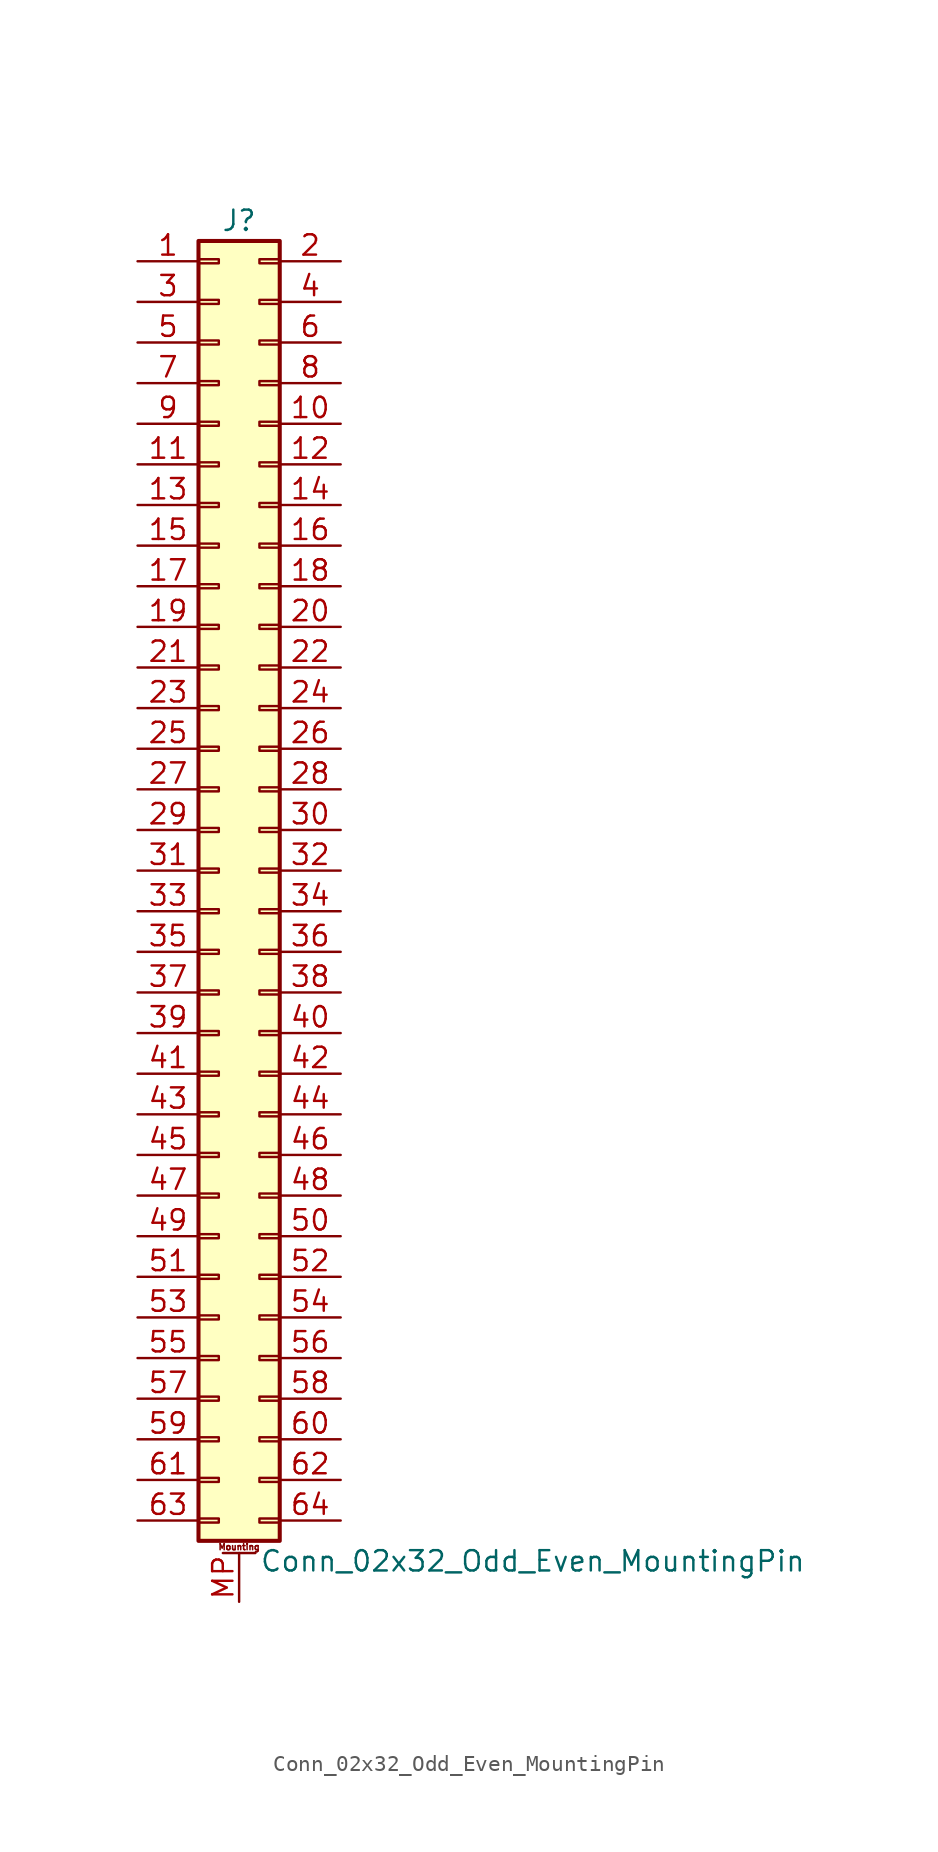
<source format=kicad_sym>
(kicad_symbol_lib
  (version 20201005)
  (generator kicad_symbol_editor)
  (symbol "Connector_Generic_MountingPin:Conn_02x32_Odd_Even_MountingPin"
    (pin_names
      (offset 1.016) hide)
    (property "Reference" "J"
      (at 1.27 40.64 0)
      (effects (font (size 1.27 1.27))))
    (property "Value" "Conn_02x32_Odd_Even_MountingPin"
      (at 2.54 -43.18 0)
      (effects (font (size 1.27 1.27)) (justify left)))
    (symbol "Conn_02x32_Odd_Even_MountingPin_1_1"
      (text "Mounting" (at 1.27 -42.291 0) (effects (font (size 0.381 0.381))))
      (rectangle (start -1.27 -27.813) (end 0 -28.067) (stroke (width 0.152)) (fill (type none)))
      (rectangle (start -1.27 -30.353) (end 0 -30.607) (stroke (width 0.152)) (fill (type none)))
      (rectangle (start -1.27 -32.893) (end 0 -33.147) (stroke (width 0.152)) (fill (type none)))
      (rectangle (start -1.27 -35.433) (end 0 -35.687) (stroke (width 0.152)) (fill (type none)))
      (rectangle (start -1.27 -37.973) (end 0 -38.227) (stroke (width 0.152)) (fill (type none)))
      (rectangle (start -1.27 -40.513) (end 0 -40.767) (stroke (width 0.152)) (fill (type none)))
      (rectangle (start -1.27 -4.953) (end 0 -5.207) (stroke (width 0.152)) (fill (type none)))
      (rectangle (start -1.27 -7.493) (end 0 -7.747) (stroke (width 0.152)) (fill (type none)))
      (rectangle (start -1.27 -10.033) (end 0 -10.287) (stroke (width 0.152)) (fill (type none)))
      (rectangle (start -1.27 -12.573) (end 0 -12.827) (stroke (width 0.152)) (fill (type none)))
      (rectangle (start -1.27 -15.113) (end 0 -15.367) (stroke (width 0.152)) (fill (type none)))
      (rectangle (start -1.27 -17.653) (end 0 -17.907) (stroke (width 0.152)) (fill (type none)))
      (rectangle (start -1.27 -20.193) (end 0 -20.447) (stroke (width 0.152)) (fill (type none)))
      (rectangle (start -1.27 -22.733) (end 0 -22.987) (stroke (width 0.152)) (fill (type none)))
      (rectangle (start -1.27 -2.413) (end 0 -2.667) (stroke (width 0.152)) (fill (type none)))
      (rectangle (start -1.27 -25.273) (end 0 -25.527) (stroke (width 0.152)) (fill (type none)))
      (rectangle (start -1.27 25.527) (end 0 25.273) (stroke (width 0.152)) (fill (type none)))
      (rectangle (start -1.27 2.667) (end 0 2.413) (stroke (width 0.152)) (fill (type none)))
      (rectangle (start -1.27 28.067) (end 0 27.813) (stroke (width 0.152)) (fill (type none)))
      (rectangle (start -1.27 30.607) (end 0 30.353) (stroke (width 0.152)) (fill (type none)))
      (rectangle (start -1.27 33.147) (end 0 32.893) (stroke (width 0.152)) (fill (type none)))
      (rectangle (start -1.27 35.687) (end 0 35.433) (stroke (width 0.152)) (fill (type none)))
      (rectangle (start -1.27 38.227) (end 0 37.973) (stroke (width 0.152)) (fill (type none)))
      (rectangle (start -1.27 39.37) (end 3.81 -41.91) (stroke (width 0.254)) (fill (type background)))
      (rectangle (start -1.27 5.207) (end 0 4.953) (stroke (width 0.152)) (fill (type none)))
      (rectangle (start -1.27 7.747) (end 0 7.493) (stroke (width 0.152)) (fill (type none)))
      (rectangle (start -1.27 10.287) (end 0 10.033) (stroke (width 0.152)) (fill (type none)))
      (rectangle (start -1.27 0.127) (end 0 -0.127) (stroke (width 0.152)) (fill (type none)))
      (rectangle (start -1.27 12.827) (end 0 12.573) (stroke (width 0.152)) (fill (type none)))
      (rectangle (start -1.27 15.367) (end 0 15.113) (stroke (width 0.152)) (fill (type none)))
      (rectangle (start -1.27 17.907) (end 0 17.653) (stroke (width 0.152)) (fill (type none)))
      (rectangle (start -1.27 20.447) (end 0 20.193) (stroke (width 0.152)) (fill (type none)))
      (rectangle (start -1.27 22.987) (end 0 22.733) (stroke (width 0.152)) (fill (type none)))
      (rectangle (start 3.81 -27.813) (end 2.54 -28.067) (stroke (width 0.152)) (fill (type none)))
      (rectangle (start 3.81 -30.353) (end 2.54 -30.607) (stroke (width 0.152)) (fill (type none)))
      (rectangle (start 3.81 -32.893) (end 2.54 -33.147) (stroke (width 0.152)) (fill (type none)))
      (rectangle (start 3.81 -35.433) (end 2.54 -35.687) (stroke (width 0.152)) (fill (type none)))
      (rectangle (start 3.81 -37.973) (end 2.54 -38.227) (stroke (width 0.152)) (fill (type none)))
      (rectangle (start 3.81 -40.513) (end 2.54 -40.767) (stroke (width 0.152)) (fill (type none)))
      (rectangle (start 3.81 -4.953) (end 2.54 -5.207) (stroke (width 0.152)) (fill (type none)))
      (rectangle (start 3.81 -7.493) (end 2.54 -7.747) (stroke (width 0.152)) (fill (type none)))
      (rectangle (start 3.81 -10.033) (end 2.54 -10.287) (stroke (width 0.152)) (fill (type none)))
      (rectangle (start 3.81 -12.573) (end 2.54 -12.827) (stroke (width 0.152)) (fill (type none)))
      (rectangle (start 3.81 -15.113) (end 2.54 -15.367) (stroke (width 0.152)) (fill (type none)))
      (rectangle (start 3.81 -17.653) (end 2.54 -17.907) (stroke (width 0.152)) (fill (type none)))
      (rectangle (start 3.81 -20.193) (end 2.54 -20.447) (stroke (width 0.152)) (fill (type none)))
      (rectangle (start 3.81 -22.733) (end 2.54 -22.987) (stroke (width 0.152)) (fill (type none)))
      (rectangle (start 3.81 -2.413) (end 2.54 -2.667) (stroke (width 0.152)) (fill (type none)))
      (rectangle (start 3.81 -25.273) (end 2.54 -25.527) (stroke (width 0.152)) (fill (type none)))
      (rectangle (start 3.81 25.527) (end 2.54 25.273) (stroke (width 0.152)) (fill (type none)))
      (rectangle (start 3.81 2.667) (end 2.54 2.413) (stroke (width 0.152)) (fill (type none)))
      (rectangle (start 3.81 28.067) (end 2.54 27.813) (stroke (width 0.152)) (fill (type none)))
      (rectangle (start 3.81 30.607) (end 2.54 30.353) (stroke (width 0.152)) (fill (type none)))
      (rectangle (start 3.81 33.147) (end 2.54 32.893) (stroke (width 0.152)) (fill (type none)))
      (rectangle (start 3.81 35.687) (end 2.54 35.433) (stroke (width 0.152)) (fill (type none)))
      (rectangle (start 3.81 38.227) (end 2.54 37.973) (stroke (width 0.152)) (fill (type none)))
      (rectangle (start 3.81 5.207) (end 2.54 4.953) (stroke (width 0.152)) (fill (type none)))
      (rectangle (start 3.81 7.747) (end 2.54 7.493) (stroke (width 0.152)) (fill (type none)))
      (rectangle (start 3.81 10.287) (end 2.54 10.033) (stroke (width 0.152)) (fill (type none)))
      (rectangle (start 3.81 0.127) (end 2.54 -0.127) (stroke (width 0.152)) (fill (type none)))
      (rectangle (start 3.81 12.827) (end 2.54 12.573) (stroke (width 0.152)) (fill (type none)))
      (rectangle (start 3.81 15.367) (end 2.54 15.113) (stroke (width 0.152)) (fill (type none)))
      (rectangle (start 3.81 17.907) (end 2.54 17.653) (stroke (width 0.152)) (fill (type none)))
      (rectangle (start 3.81 20.447) (end 2.54 20.193) (stroke (width 0.152)) (fill (type none)))
      (rectangle (start 3.81 22.987) (end 2.54 22.733) (stroke (width 0.152)) (fill (type none)))
      (polyline (pts (xy 0.254 -42.672) (xy 2.286 -42.672)) (stroke (width 0.152)) (fill (type none)))
      (pin passive line (at 1.27 -45.72 90) (length 3.048) (name "MountPin" (effects (font (size 1.27 1.27)))) (number "MP" (effects (font (size 1.27 1.27)))))
      (pin passive line (at -5.08 38.1 0) (length 3.81) (name "Pin_1" (effects (font (size 1.27 1.27)))) (number "1" (effects (font (size 1.27 1.27)))))
      (pin passive line (at 7.62 27.94 180) (length 3.81) (name "Pin_10" (effects (font (size 1.27 1.27)))) (number "10" (effects (font (size 1.27 1.27)))))
      (pin passive line (at -5.08 25.4 0) (length 3.81) (name "Pin_11" (effects (font (size 1.27 1.27)))) (number "11" (effects (font (size 1.27 1.27)))))
      (pin passive line (at 7.62 25.4 180) (length 3.81) (name "Pin_12" (effects (font (size 1.27 1.27)))) (number "12" (effects (font (size 1.27 1.27)))))
      (pin passive line (at -5.08 22.86 0) (length 3.81) (name "Pin_13" (effects (font (size 1.27 1.27)))) (number "13" (effects (font (size 1.27 1.27)))))
      (pin passive line (at 7.62 22.86 180) (length 3.81) (name "Pin_14" (effects (font (size 1.27 1.27)))) (number "14" (effects (font (size 1.27 1.27)))))
      (pin passive line (at -5.08 20.32 0) (length 3.81) (name "Pin_15" (effects (font (size 1.27 1.27)))) (number "15" (effects (font (size 1.27 1.27)))))
      (pin passive line (at 7.62 20.32 180) (length 3.81) (name "Pin_16" (effects (font (size 1.27 1.27)))) (number "16" (effects (font (size 1.27 1.27)))))
      (pin passive line (at -5.08 17.78 0) (length 3.81) (name "Pin_17" (effects (font (size 1.27 1.27)))) (number "17" (effects (font (size 1.27 1.27)))))
      (pin passive line (at 7.62 17.78 180) (length 3.81) (name "Pin_18" (effects (font (size 1.27 1.27)))) (number "18" (effects (font (size 1.27 1.27)))))
      (pin passive line (at -5.08 15.24 0) (length 3.81) (name "Pin_19" (effects (font (size 1.27 1.27)))) (number "19" (effects (font (size 1.27 1.27)))))
      (pin passive line (at 7.62 38.1 180) (length 3.81) (name "Pin_2" (effects (font (size 1.27 1.27)))) (number "2" (effects (font (size 1.27 1.27)))))
      (pin passive line (at 7.62 15.24 180) (length 3.81) (name "Pin_20" (effects (font (size 1.27 1.27)))) (number "20" (effects (font (size 1.27 1.27)))))
      (pin passive line (at -5.08 12.7 0) (length 3.81) (name "Pin_21" (effects (font (size 1.27 1.27)))) (number "21" (effects (font (size 1.27 1.27)))))
      (pin passive line (at 7.62 12.7 180) (length 3.81) (name "Pin_22" (effects (font (size 1.27 1.27)))) (number "22" (effects (font (size 1.27 1.27)))))
      (pin passive line (at -5.08 10.16 0) (length 3.81) (name "Pin_23" (effects (font (size 1.27 1.27)))) (number "23" (effects (font (size 1.27 1.27)))))
      (pin passive line (at 7.62 10.16 180) (length 3.81) (name "Pin_24" (effects (font (size 1.27 1.27)))) (number "24" (effects (font (size 1.27 1.27)))))
      (pin passive line (at -5.08 7.62 0) (length 3.81) (name "Pin_25" (effects (font (size 1.27 1.27)))) (number "25" (effects (font (size 1.27 1.27)))))
      (pin passive line (at 7.62 7.62 180) (length 3.81) (name "Pin_26" (effects (font (size 1.27 1.27)))) (number "26" (effects (font (size 1.27 1.27)))))
      (pin passive line (at -5.08 5.08 0) (length 3.81) (name "Pin_27" (effects (font (size 1.27 1.27)))) (number "27" (effects (font (size 1.27 1.27)))))
      (pin passive line (at 7.62 5.08 180) (length 3.81) (name "Pin_28" (effects (font (size 1.27 1.27)))) (number "28" (effects (font (size 1.27 1.27)))))
      (pin passive line (at -5.08 2.54 0) (length 3.81) (name "Pin_29" (effects (font (size 1.27 1.27)))) (number "29" (effects (font (size 1.27 1.27)))))
      (pin passive line (at -5.08 35.56 0) (length 3.81) (name "Pin_3" (effects (font (size 1.27 1.27)))) (number "3" (effects (font (size 1.27 1.27)))))
      (pin passive line (at 7.62 2.54 180) (length 3.81) (name "Pin_30" (effects (font (size 1.27 1.27)))) (number "30" (effects (font (size 1.27 1.27)))))
      (pin passive line (at -5.08 0 0) (length 3.81) (name "Pin_31" (effects (font (size 1.27 1.27)))) (number "31" (effects (font (size 1.27 1.27)))))
      (pin passive line (at 7.62 0 180) (length 3.81) (name "Pin_32" (effects (font (size 1.27 1.27)))) (number "32" (effects (font (size 1.27 1.27)))))
      (pin passive line (at -5.08 -2.54 0) (length 3.81) (name "Pin_33" (effects (font (size 1.27 1.27)))) (number "33" (effects (font (size 1.27 1.27)))))
      (pin passive line (at 7.62 -2.54 180) (length 3.81) (name "Pin_34" (effects (font (size 1.27 1.27)))) (number "34" (effects (font (size 1.27 1.27)))))
      (pin passive line (at -5.08 -5.08 0) (length 3.81) (name "Pin_35" (effects (font (size 1.27 1.27)))) (number "35" (effects (font (size 1.27 1.27)))))
      (pin passive line (at 7.62 -5.08 180) (length 3.81) (name "Pin_36" (effects (font (size 1.27 1.27)))) (number "36" (effects (font (size 1.27 1.27)))))
      (pin passive line (at -5.08 -7.62 0) (length 3.81) (name "Pin_37" (effects (font (size 1.27 1.27)))) (number "37" (effects (font (size 1.27 1.27)))))
      (pin passive line (at 7.62 -7.62 180) (length 3.81) (name "Pin_38" (effects (font (size 1.27 1.27)))) (number "38" (effects (font (size 1.27 1.27)))))
      (pin passive line (at -5.08 -10.16 0) (length 3.81) (name "Pin_39" (effects (font (size 1.27 1.27)))) (number "39" (effects (font (size 1.27 1.27)))))
      (pin passive line (at 7.62 35.56 180) (length 3.81) (name "Pin_4" (effects (font (size 1.27 1.27)))) (number "4" (effects (font (size 1.27 1.27)))))
      (pin passive line (at 7.62 -10.16 180) (length 3.81) (name "Pin_40" (effects (font (size 1.27 1.27)))) (number "40" (effects (font (size 1.27 1.27)))))
      (pin passive line (at -5.08 -12.7 0) (length 3.81) (name "Pin_41" (effects (font (size 1.27 1.27)))) (number "41" (effects (font (size 1.27 1.27)))))
      (pin passive line (at 7.62 -12.7 180) (length 3.81) (name "Pin_42" (effects (font (size 1.27 1.27)))) (number "42" (effects (font (size 1.27 1.27)))))
      (pin passive line (at -5.08 -15.24 0) (length 3.81) (name "Pin_43" (effects (font (size 1.27 1.27)))) (number "43" (effects (font (size 1.27 1.27)))))
      (pin passive line (at 7.62 -15.24 180) (length 3.81) (name "Pin_44" (effects (font (size 1.27 1.27)))) (number "44" (effects (font (size 1.27 1.27)))))
      (pin passive line (at -5.08 -17.78 0) (length 3.81) (name "Pin_45" (effects (font (size 1.27 1.27)))) (number "45" (effects (font (size 1.27 1.27)))))
      (pin passive line (at 7.62 -17.78 180) (length 3.81) (name "Pin_46" (effects (font (size 1.27 1.27)))) (number "46" (effects (font (size 1.27 1.27)))))
      (pin passive line (at -5.08 -20.32 0) (length 3.81) (name "Pin_47" (effects (font (size 1.27 1.27)))) (number "47" (effects (font (size 1.27 1.27)))))
      (pin passive line (at 7.62 -20.32 180) (length 3.81) (name "Pin_48" (effects (font (size 1.27 1.27)))) (number "48" (effects (font (size 1.27 1.27)))))
      (pin passive line (at -5.08 -22.86 0) (length 3.81) (name "Pin_49" (effects (font (size 1.27 1.27)))) (number "49" (effects (font (size 1.27 1.27)))))
      (pin passive line (at -5.08 33.02 0) (length 3.81) (name "Pin_5" (effects (font (size 1.27 1.27)))) (number "5" (effects (font (size 1.27 1.27)))))
      (pin passive line (at 7.62 -22.86 180) (length 3.81) (name "Pin_50" (effects (font (size 1.27 1.27)))) (number "50" (effects (font (size 1.27 1.27)))))
      (pin passive line (at -5.08 -25.4 0) (length 3.81) (name "Pin_51" (effects (font (size 1.27 1.27)))) (number "51" (effects (font (size 1.27 1.27)))))
      (pin passive line (at 7.62 -25.4 180) (length 3.81) (name "Pin_52" (effects (font (size 1.27 1.27)))) (number "52" (effects (font (size 1.27 1.27)))))
      (pin passive line (at -5.08 -27.94 0) (length 3.81) (name "Pin_53" (effects (font (size 1.27 1.27)))) (number "53" (effects (font (size 1.27 1.27)))))
      (pin passive line (at 7.62 -27.94 180) (length 3.81) (name "Pin_54" (effects (font (size 1.27 1.27)))) (number "54" (effects (font (size 1.27 1.27)))))
      (pin passive line (at -5.08 -30.48 0) (length 3.81) (name "Pin_55" (effects (font (size 1.27 1.27)))) (number "55" (effects (font (size 1.27 1.27)))))
      (pin passive line (at 7.62 -30.48 180) (length 3.81) (name "Pin_56" (effects (font (size 1.27 1.27)))) (number "56" (effects (font (size 1.27 1.27)))))
      (pin passive line (at -5.08 -33.02 0) (length 3.81) (name "Pin_57" (effects (font (size 1.27 1.27)))) (number "57" (effects (font (size 1.27 1.27)))))
      (pin passive line (at 7.62 -33.02 180) (length 3.81) (name "Pin_58" (effects (font (size 1.27 1.27)))) (number "58" (effects (font (size 1.27 1.27)))))
      (pin passive line (at -5.08 -35.56 0) (length 3.81) (name "Pin_59" (effects (font (size 1.27 1.27)))) (number "59" (effects (font (size 1.27 1.27)))))
      (pin passive line (at 7.62 33.02 180) (length 3.81) (name "Pin_6" (effects (font (size 1.27 1.27)))) (number "6" (effects (font (size 1.27 1.27)))))
      (pin passive line (at 7.62 -35.56 180) (length 3.81) (name "Pin_60" (effects (font (size 1.27 1.27)))) (number "60" (effects (font (size 1.27 1.27)))))
      (pin passive line (at -5.08 -38.1 0) (length 3.81) (name "Pin_61" (effects (font (size 1.27 1.27)))) (number "61" (effects (font (size 1.27 1.27)))))
      (pin passive line (at 7.62 -38.1 180) (length 3.81) (name "Pin_62" (effects (font (size 1.27 1.27)))) (number "62" (effects (font (size 1.27 1.27)))))
      (pin passive line (at -5.08 -40.64 0) (length 3.81) (name "Pin_63" (effects (font (size 1.27 1.27)))) (number "63" (effects (font (size 1.27 1.27)))))
      (pin passive line (at 7.62 -40.64 180) (length 3.81) (name "Pin_64" (effects (font (size 1.27 1.27)))) (number "64" (effects (font (size 1.27 1.27)))))
      (pin passive line (at -5.08 30.48 0) (length 3.81) (name "Pin_7" (effects (font (size 1.27 1.27)))) (number "7" (effects (font (size 1.27 1.27)))))
      (pin passive line (at 7.62 30.48 180) (length 3.81) (name "Pin_8" (effects (font (size 1.27 1.27)))) (number "8" (effects (font (size 1.27 1.27)))))
      (pin passive line (at -5.08 27.94 0) (length 3.81) (name "Pin_9" (effects (font (size 1.27 1.27)))) (number "9" (effects (font (size 1.27 1.27))))))))
</source>
